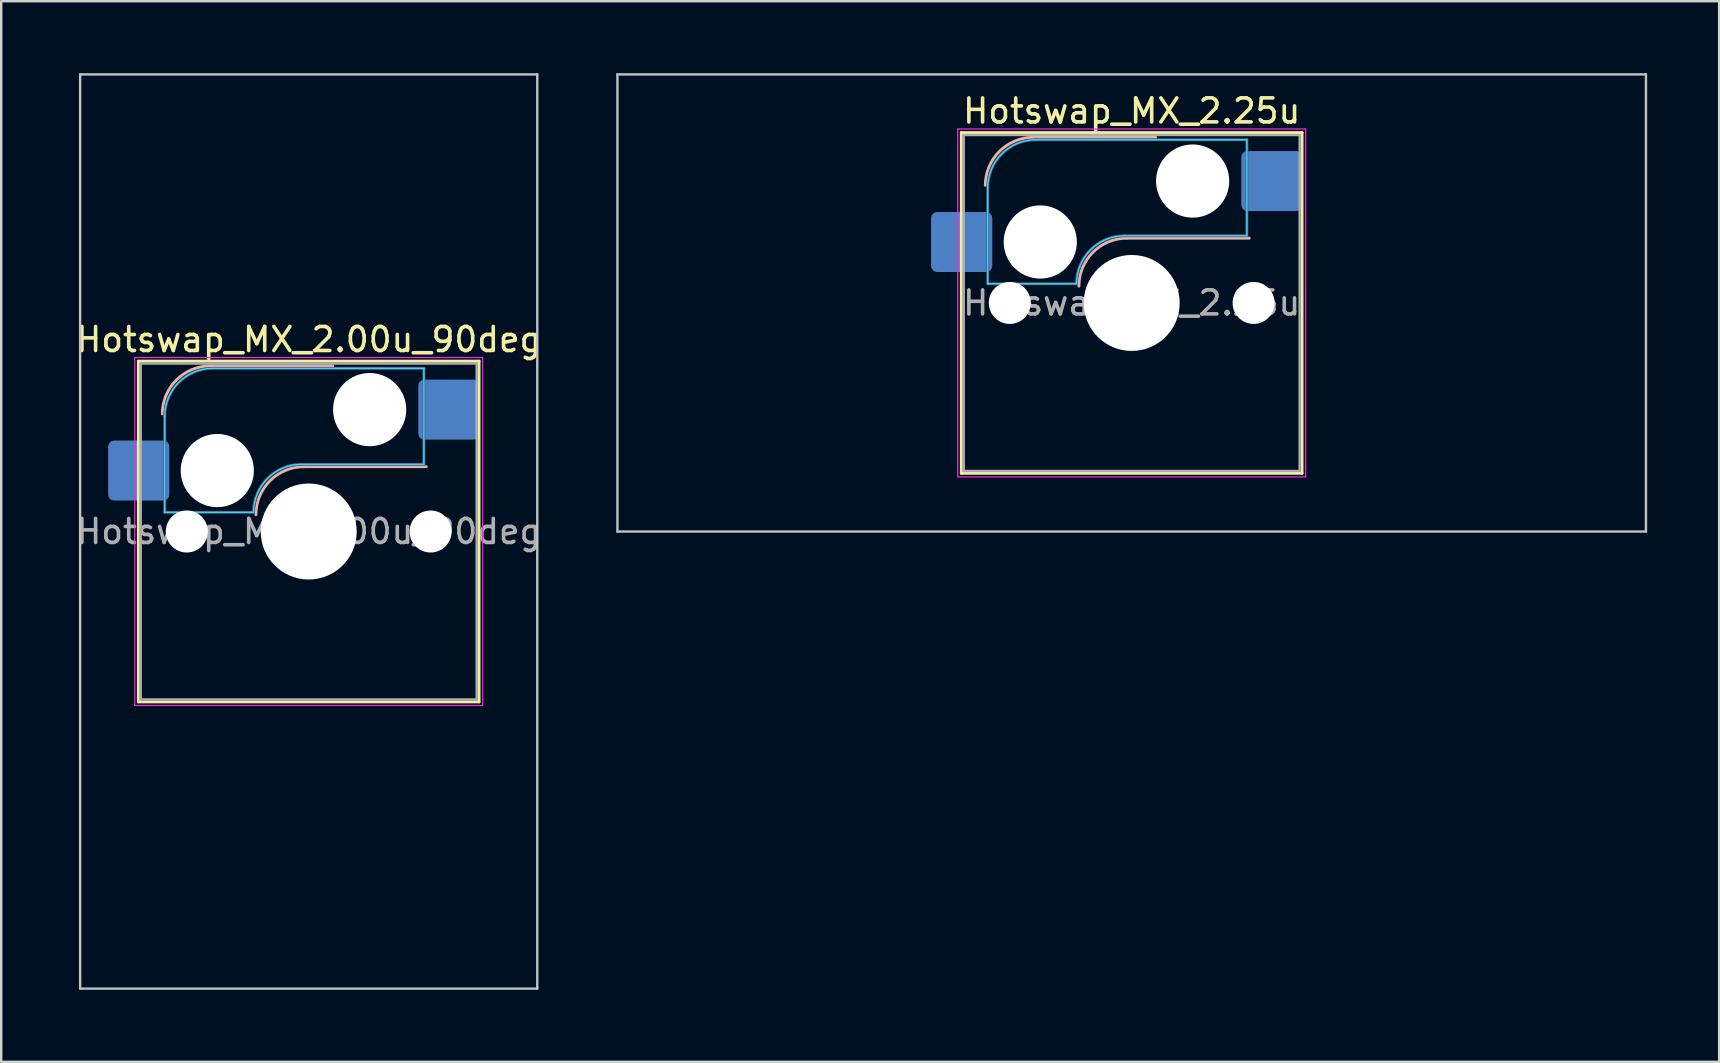
<source format=kicad_pcb>
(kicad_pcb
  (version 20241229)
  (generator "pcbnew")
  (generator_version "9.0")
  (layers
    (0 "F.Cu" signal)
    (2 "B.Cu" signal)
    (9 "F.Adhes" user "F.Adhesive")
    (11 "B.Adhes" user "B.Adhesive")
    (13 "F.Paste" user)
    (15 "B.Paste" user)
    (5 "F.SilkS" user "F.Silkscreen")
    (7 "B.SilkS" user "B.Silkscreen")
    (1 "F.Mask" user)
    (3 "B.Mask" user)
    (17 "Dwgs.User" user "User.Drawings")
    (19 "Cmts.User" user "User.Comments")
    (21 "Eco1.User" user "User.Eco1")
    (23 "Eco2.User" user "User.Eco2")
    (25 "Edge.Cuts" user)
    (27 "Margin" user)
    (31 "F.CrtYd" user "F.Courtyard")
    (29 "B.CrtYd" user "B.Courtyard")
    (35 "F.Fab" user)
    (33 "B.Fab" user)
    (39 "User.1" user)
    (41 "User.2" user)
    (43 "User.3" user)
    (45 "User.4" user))
  (footprint "Hotswap_MX_2.25u"
    (layer "F.Cu")
    (at 44.112 9.575)
    (property "Reference" "Hotswap_MX_2.25u" (at 0 -8 0) (layer "F.SilkS") (effects (font (size 1 1) (thickness 0.15))))
    (attr smd)
    (fp_line (start -7.1 -7.1) (end -7.1 7.1) (stroke (width 0.12) (type solid)) (layer "F.SilkS"))
    (fp_line (start -7.1 7.1) (end 7.1 7.1) (stroke (width 0.12) (type solid)) (layer "F.SilkS"))
    (fp_line (start 7.1 -7.1) (end -7.1 -7.1) (stroke (width 0.12) (type solid)) (layer "F.SilkS"))
    (fp_line (start 7.1 7.1) (end 7.1 -7.1) (stroke (width 0.12) (type solid)) (layer "F.SilkS"))
    (fp_line (start -4.1 -6.9) (end 1 -6.9) (stroke (width 0.12) (type solid)) (layer "B.SilkS"))
    (fp_line (start -0.2 -2.7) (end 4.9 -2.7) (stroke (width 0.12) (type solid)) (layer "B.SilkS"))
    (fp_arc (start -6.1 -4.9) (mid -5.514214 -6.314214) (end -4.1 -6.9) (stroke (width 0.12) (type solid)) (layer "B.SilkS"))
    (fp_arc (start -2.2 -0.7) (mid -1.614214 -2.114214) (end -0.2 -2.7) (stroke (width 0.12) (type solid)) (layer "B.SilkS"))
    (fp_line (start -21.431 -9.525) (end -21.431 9.525) (stroke (width 0.1) (type solid)) (layer "Dwgs.User"))
    (fp_line (start -21.431 9.525) (end 21.431 9.525) (stroke (width 0.1) (type solid)) (layer "Dwgs.User"))
    (fp_line (start 21.431 -9.525) (end -21.431 -9.525) (stroke (width 0.1) (type solid)) (layer "Dwgs.User"))
    (fp_line (start 21.431 9.525) (end 21.431 -9.525) (stroke (width 0.1) (type solid)) (layer "Dwgs.User"))
    (fp_line (start -7.8 -6) (end -7 -6) (stroke (width 0.1) (type solid)) (layer "Eco1.User"))
    (fp_line (start -7.8 -2.9) (end -7.8 -6) (stroke (width 0.1) (type solid)) (layer "Eco1.User"))
    (fp_line (start -7.8 2.9) (end -7 2.9) (stroke (width 0.1) (type solid)) (layer "Eco1.User"))
    (fp_line (start -7.8 6) (end -7.8 2.9) (stroke (width 0.1) (type solid)) (layer "Eco1.User"))
    (fp_line (start -7 -7) (end 7 -7) (stroke (width 0.1) (type solid)) (layer "Eco1.User"))
    (fp_line (start -7 -6) (end -7 -7) (stroke (width 0.1) (type solid)) (layer "Eco1.User"))
    (fp_line (start -7 -2.9) (end -7.8 -2.9) (stroke (width 0.1) (type solid)) (layer "Eco1.User"))
    (fp_line (start -7 2.9) (end -7 -2.9) (stroke (width 0.1) (type solid)) (layer "Eco1.User"))
    (fp_line (start -7 6) (end -7.8 6) (stroke (width 0.1) (type solid)) (layer "Eco1.User"))
    (fp_line (start -7 7) (end -7 6) (stroke (width 0.1) (type solid)) (layer "Eco1.User"))
    (fp_line (start 7 -7) (end 7 -6) (stroke (width 0.1) (type solid)) (layer "Eco1.User"))
    (fp_line (start 7 -6) (end 7.8 -6) (stroke (width 0.1) (type solid)) (layer "Eco1.User"))
    (fp_line (start 7 -2.9) (end 7 2.9) (stroke (width 0.1) (type solid)) (layer "Eco1.User"))
    (fp_line (start 7 2.9) (end 7.8 2.9) (stroke (width 0.1) (type solid)) (layer "Eco1.User"))
    (fp_line (start 7 6) (end 7 7) (stroke (width 0.1) (type solid)) (layer "Eco1.User"))
    (fp_line (start 7 7) (end -7 7) (stroke (width 0.1) (type solid)) (layer "Eco1.User"))
    (fp_line (start 7.8 -6) (end 7.8 -2.9) (stroke (width 0.1) (type solid)) (layer "Eco1.User"))
    (fp_line (start 7.8 -2.9) (end 7 -2.9) (stroke (width 0.1) (type solid)) (layer "Eco1.User"))
    (fp_line (start 7.8 2.9) (end 7.8 6) (stroke (width 0.1) (type solid)) (layer "Eco1.User"))
    (fp_line (start 7.8 6) (end 7 6) (stroke (width 0.1) (type solid)) (layer "Eco1.User"))
    (fp_line (start -6 -0.8) (end -6 -4.8) (stroke (width 0.05) (type solid)) (layer "B.CrtYd"))
    (fp_line (start -6 -0.8) (end -2.3 -0.8) (stroke (width 0.05) (type solid)) (layer "B.CrtYd"))
    (fp_line (start -4 -6.8) (end 4.8 -6.8) (stroke (width 0.05) (type solid)) (layer "B.CrtYd"))
    (fp_line (start -0.3 -2.8) (end 4.8 -2.8) (stroke (width 0.05) (type solid)) (layer "B.CrtYd"))
    (fp_line (start 4.8 -6.8) (end 4.8 -2.8) (stroke (width 0.05) (type solid)) (layer "B.CrtYd"))
    (fp_arc (start -6 -4.8) (mid -5.414214 -6.214214) (end -4 -6.8) (stroke (width 0.05) (type solid)) (layer "B.CrtYd"))
    (fp_arc (start -2.3 -0.8) (mid -1.714214 -2.214214) (end -0.3 -2.8) (stroke (width 0.05) (type solid)) (layer "B.CrtYd"))
    (fp_line (start -7.25 -7.25) (end -7.25 7.25) (stroke (width 0.05) (type solid)) (layer "F.CrtYd"))
    (fp_line (start -7.25 7.25) (end 7.25 7.25) (stroke (width 0.05) (type solid)) (layer "F.CrtYd"))
    (fp_line (start 7.25 -7.25) (end -7.25 -7.25) (stroke (width 0.05) (type solid)) (layer "F.CrtYd"))
    (fp_line (start 7.25 7.25) (end 7.25 -7.25) (stroke (width 0.05) (type solid)) (layer "F.CrtYd"))
    (fp_line (start -6 -0.8) (end -6 -4.8) (stroke (width 0.12) (type solid)) (layer "B.Fab"))
    (fp_line (start -6 -0.8) (end -2.3 -0.8) (stroke (width 0.12) (type solid)) (layer "B.Fab"))
    (fp_line (start -4 -6.8) (end 4.8 -6.8) (stroke (width 0.12) (type solid)) (layer "B.Fab"))
    (fp_line (start -0.3 -2.8) (end 4.8 -2.8) (stroke (width 0.12) (type solid)) (layer "B.Fab"))
    (fp_line (start 4.8 -6.8) (end 4.8 -2.8) (stroke (width 0.12) (type solid)) (layer "B.Fab"))
    (fp_arc (start -6 -4.8) (mid -5.414214 -6.214214) (end -4 -6.8) (stroke (width 0.12) (type solid)) (layer "B.Fab"))
    (fp_arc (start -2.3 -0.8) (mid -1.714214 -2.214214) (end -0.3 -2.8) (stroke (width 0.12) (type solid)) (layer "B.Fab"))
    (fp_line (start -7 -7) (end -7 7) (stroke (width 0.1) (type solid)) (layer "F.Fab"))
    (fp_line (start -7 7) (end 7 7) (stroke (width 0.1) (type solid)) (layer "F.Fab"))
    (fp_line (start 7 -7) (end -7 -7) (stroke (width 0.1) (type solid)) (layer "F.Fab"))
    (fp_line (start 7 7) (end 7 -7) (stroke (width 0.1) (type solid)) (layer "F.Fab"))
    (fp_text user "${REFERENCE}" (at 0 0 0) (layer "F.Fab") (effects (font (size 1 1) (thickness 0.15))))
    (pad "" np_thru_hole circle (at -5.08 0) (size 1.75 1.75) (drill 1.75) (layers "*.Cu" "*.Mask"))
    (pad "" np_thru_hole circle (at -3.81 -2.54) (size 3.05 3.05) (drill 3.05) (layers "*.Cu" "*.Mask"))
    (pad "" np_thru_hole circle (at 0 0) (size 4 4) (drill 4) (layers "*.Cu" "*.Mask"))
    (pad "" np_thru_hole circle (at 2.54 -5.08) (size 3.05 3.05) (drill 3.05) (layers "*.Cu" "*.Mask"))
    (pad "" np_thru_hole circle (at 5.08 0) (size 1.75 1.75) (drill 1.75) (layers "*.Cu" "*.Mask"))
    (pad "1" smd roundrect (at -7.085 -2.54) (size 2.55 2.5) (layers "B.Cu" "B.Mask" "B.Paste") (roundrect_rratio 0.1))
    (pad "2" smd roundrect (at 5.842 -5.08) (size 2.55 2.5) (layers "B.Cu" "B.Mask" "B.Paste") (roundrect_rratio 0.1)))
  (footprint "Hotswap_MX_2.00u_90deg"
    (layer "F.Cu")
    (at 9.815 19.1)
    (property "Reference" "Hotswap_MX_2.00u_90deg" (at 0 -8 0) (layer "F.SilkS") (effects (font (size 1 1) (thickness 0.15))))
    (attr smd)
    (fp_line (start -7.1 -7.1) (end -7.1 7.1) (stroke (width 0.12) (type solid)) (layer "F.SilkS"))
    (fp_line (start -7.1 7.1) (end 7.1 7.1) (stroke (width 0.12) (type solid)) (layer "F.SilkS"))
    (fp_line (start 7.1 -7.1) (end -7.1 -7.1) (stroke (width 0.12) (type solid)) (layer "F.SilkS"))
    (fp_line (start 7.1 7.1) (end 7.1 -7.1) (stroke (width 0.12) (type solid)) (layer "F.SilkS"))
    (fp_line (start -4.1 -6.9) (end 1 -6.9) (stroke (width 0.12) (type solid)) (layer "B.SilkS"))
    (fp_line (start -0.2 -2.7) (end 4.9 -2.7) (stroke (width 0.12) (type solid)) (layer "B.SilkS"))
    (fp_arc (start -6.1 -4.9) (mid -5.514214 -6.314214) (end -4.1 -6.9) (stroke (width 0.12) (type solid)) (layer "B.SilkS"))
    (fp_arc (start -2.2 -0.7) (mid -1.614214 -2.114214) (end -0.2 -2.7) (stroke (width 0.12) (type solid)) (layer "B.SilkS"))
    (fp_line (start -9.525 -19.05) (end 9.525 -19.05) (stroke (width 0.1) (type solid)) (layer "Dwgs.User"))
    (fp_line (start -9.525 19.05) (end -9.525 -19.05) (stroke (width 0.1) (type solid)) (layer "Dwgs.User"))
    (fp_line (start 9.525 -19.05) (end 9.525 19.05) (stroke (width 0.1) (type solid)) (layer "Dwgs.User"))
    (fp_line (start 9.525 19.05) (end -9.525 19.05) (stroke (width 0.1) (type solid)) (layer "Dwgs.User"))
    (fp_line (start -7.8 -6) (end -7 -6) (stroke (width 0.1) (type solid)) (layer "Eco1.User"))
    (fp_line (start -7.8 -2.9) (end -7.8 -6) (stroke (width 0.1) (type solid)) (layer "Eco1.User"))
    (fp_line (start -7.8 2.9) (end -7 2.9) (stroke (width 0.1) (type solid)) (layer "Eco1.User"))
    (fp_line (start -7.8 6) (end -7.8 2.9) (stroke (width 0.1) (type solid)) (layer "Eco1.User"))
    (fp_line (start -7 -7) (end 7 -7) (stroke (width 0.1) (type solid)) (layer "Eco1.User"))
    (fp_line (start -7 -6) (end -7 -7) (stroke (width 0.1) (type solid)) (layer "Eco1.User"))
    (fp_line (start -7 -2.9) (end -7.8 -2.9) (stroke (width 0.1) (type solid)) (layer "Eco1.User"))
    (fp_line (start -7 2.9) (end -7 -2.9) (stroke (width 0.1) (type solid)) (layer "Eco1.User"))
    (fp_line (start -7 6) (end -7.8 6) (stroke (width 0.1) (type solid)) (layer "Eco1.User"))
    (fp_line (start -7 7) (end -7 6) (stroke (width 0.1) (type solid)) (layer "Eco1.User"))
    (fp_line (start 7 -7) (end 7 -6) (stroke (width 0.1) (type solid)) (layer "Eco1.User"))
    (fp_line (start 7 -6) (end 7.8 -6) (stroke (width 0.1) (type solid)) (layer "Eco1.User"))
    (fp_line (start 7 -2.9) (end 7 2.9) (stroke (width 0.1) (type solid)) (layer "Eco1.User"))
    (fp_line (start 7 2.9) (end 7.8 2.9) (stroke (width 0.1) (type solid)) (layer "Eco1.User"))
    (fp_line (start 7 6) (end 7 7) (stroke (width 0.1) (type solid)) (layer "Eco1.User"))
    (fp_line (start 7 7) (end -7 7) (stroke (width 0.1) (type solid)) (layer "Eco1.User"))
    (fp_line (start 7.8 -6) (end 7.8 -2.9) (stroke (width 0.1) (type solid)) (layer "Eco1.User"))
    (fp_line (start 7.8 -2.9) (end 7 -2.9) (stroke (width 0.1) (type solid)) (layer "Eco1.User"))
    (fp_line (start 7.8 2.9) (end 7.8 6) (stroke (width 0.1) (type solid)) (layer "Eco1.User"))
    (fp_line (start 7.8 6) (end 7 6) (stroke (width 0.1) (type solid)) (layer "Eco1.User"))
    (fp_line (start -6 -0.8) (end -6 -4.8) (stroke (width 0.05) (type solid)) (layer "B.CrtYd"))
    (fp_line (start -6 -0.8) (end -2.3 -0.8) (stroke (width 0.05) (type solid)) (layer "B.CrtYd"))
    (fp_line (start -4 -6.8) (end 4.8 -6.8) (stroke (width 0.05) (type solid)) (layer "B.CrtYd"))
    (fp_line (start -0.3 -2.8) (end 4.8 -2.8) (stroke (width 0.05) (type solid)) (layer "B.CrtYd"))
    (fp_line (start 4.8 -6.8) (end 4.8 -2.8) (stroke (width 0.05) (type solid)) (layer "B.CrtYd"))
    (fp_arc (start -6 -4.8) (mid -5.414214 -6.214214) (end -4 -6.8) (stroke (width 0.05) (type solid)) (layer "B.CrtYd"))
    (fp_arc (start -2.3 -0.8) (mid -1.714214 -2.214214) (end -0.3 -2.8) (stroke (width 0.05) (type solid)) (layer "B.CrtYd"))
    (fp_line (start -7.25 -7.25) (end -7.25 7.25) (stroke (width 0.05) (type solid)) (layer "F.CrtYd"))
    (fp_line (start -7.25 7.25) (end 7.25 7.25) (stroke (width 0.05) (type solid)) (layer "F.CrtYd"))
    (fp_line (start 7.25 -7.25) (end -7.25 -7.25) (stroke (width 0.05) (type solid)) (layer "F.CrtYd"))
    (fp_line (start 7.25 7.25) (end 7.25 -7.25) (stroke (width 0.05) (type solid)) (layer "F.CrtYd"))
    (fp_line (start -6 -0.8) (end -6 -4.8) (stroke (width 0.12) (type solid)) (layer "B.Fab"))
    (fp_line (start -6 -0.8) (end -2.3 -0.8) (stroke (width 0.12) (type solid)) (layer "B.Fab"))
    (fp_line (start -4 -6.8) (end 4.8 -6.8) (stroke (width 0.12) (type solid)) (layer "B.Fab"))
    (fp_line (start -0.3 -2.8) (end 4.8 -2.8) (stroke (width 0.12) (type solid)) (layer "B.Fab"))
    (fp_line (start 4.8 -6.8) (end 4.8 -2.8) (stroke (width 0.12) (type solid)) (layer "B.Fab"))
    (fp_arc (start -6 -4.8) (mid -5.414214 -6.214214) (end -4 -6.8) (stroke (width 0.12) (type solid)) (layer "B.Fab"))
    (fp_arc (start -2.3 -0.8) (mid -1.714214 -2.214214) (end -0.3 -2.8) (stroke (width 0.12) (type solid)) (layer "B.Fab"))
    (fp_line (start -7 -7) (end -7 7) (stroke (width 0.1) (type solid)) (layer "F.Fab"))
    (fp_line (start -7 7) (end 7 7) (stroke (width 0.1) (type solid)) (layer "F.Fab"))
    (fp_line (start 7 -7) (end -7 -7) (stroke (width 0.1) (type solid)) (layer "F.Fab"))
    (fp_line (start 7 7) (end 7 -7) (stroke (width 0.1) (type solid)) (layer "F.Fab"))
    (fp_text user "${REFERENCE}" (at 0 0 0) (layer "F.Fab") (effects (font (size 1 1) (thickness 0.15))))
    (pad "" np_thru_hole circle (at -5.08 0) (size 1.75 1.75) (drill 1.75) (layers "*.Cu" "*.Mask"))
    (pad "" np_thru_hole circle (at -3.81 -2.54) (size 3.05 3.05) (drill 3.05) (layers "*.Cu" "*.Mask"))
    (pad "" np_thru_hole circle (at 0 0) (size 4 4) (drill 4) (layers "*.Cu" "*.Mask"))
    (pad "" np_thru_hole circle (at 2.54 -5.08) (size 3.05 3.05) (drill 3.05) (layers "*.Cu" "*.Mask"))
    (pad "" np_thru_hole circle (at 5.08 0) (size 1.75 1.75) (drill 1.75) (layers "*.Cu" "*.Mask"))
    (pad "1" smd roundrect (at -7.085 -2.54) (size 2.55 2.5) (layers "B.Cu" "B.Mask" "B.Paste") (roundrect_rratio 0.1))
    (pad "2" smd roundrect (at 5.842 -5.08) (size 2.55 2.5) (layers "B.Cu" "B.Mask" "B.Paste") (roundrect_rratio 0.1)))
  (gr_rect
    (start -3 -3)
    (end 68.593 41.2)
    (stroke (width 0.1) (type default))
    (fill no)
    (layer "Edge.Cuts")))
</source>
